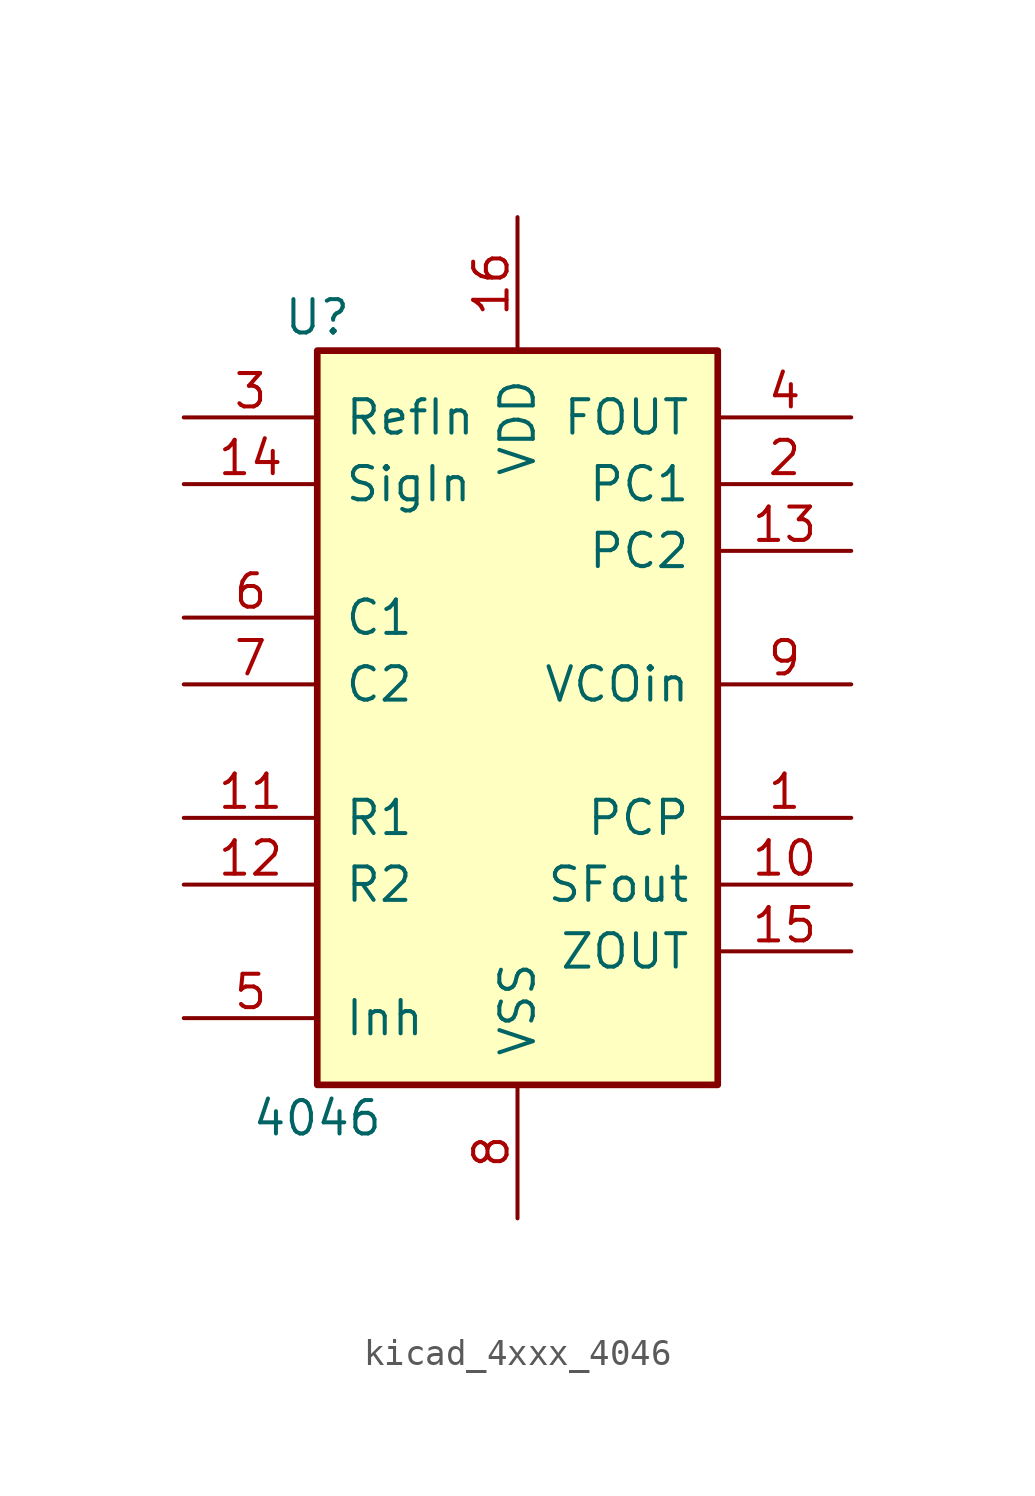
<source format=kicad_sym>
(kicad_symbol_lib
  (version 20220914)
  (generator kicad_symbol_editor)
  (symbol "kicad_4xxx_4046"
    (pin_names
      (offset 1.016))
    (property "Reference" "U"
      (at -7.62 13.97 0)
      (effects (font (size 1.27 1.27))))
    (property "Value" "4046"
      (at -7.62 -16.51 0)
      (effects (font (size 1.27 1.27))))
    (property "ki_locked" ""
      (at 0 0 0)
      (effects (font (size 1.27 1.27))))
    (symbol "kicad_4xxx_4046_1_0"
      (pin output line (at 12.7 -5.08 180) (length 5.08) (name "PCP" (effects (font (size 1.27 1.27)))) (number "1" (effects (font (size 1.27 1.27)))))
      (pin output line (at 12.7 -7.62 180) (length 5.08) (name "SFout" (effects (font (size 1.27 1.27)))) (number "10" (effects (font (size 1.27 1.27)))))
      (pin input line (at -12.7 -5.08 0) (length 5.08) (name "R1" (effects (font (size 1.27 1.27)))) (number "11" (effects (font (size 1.27 1.27)))))
      (pin input line (at -12.7 -7.62 0) (length 5.08) (name "R2" (effects (font (size 1.27 1.27)))) (number "12" (effects (font (size 1.27 1.27)))))
      (pin tri_state line (at 12.7 5.08 180) (length 5.08) (name "PC2" (effects (font (size 1.27 1.27)))) (number "13" (effects (font (size 1.27 1.27)))))
      (pin input line (at -12.7 7.62 0) (length 5.08) (name "SigIn" (effects (font (size 1.27 1.27)))) (number "14" (effects (font (size 1.27 1.27)))))
      (pin output line (at 12.7 -10.16 180) (length 5.08) (name "ZOUT" (effects (font (size 1.27 1.27)))) (number "15" (effects (font (size 1.27 1.27)))))
      (pin power_in line (at 0 17.78 270) (length 5.08) (name "VDD" (effects (font (size 1.27 1.27)))) (number "16" (effects (font (size 1.27 1.27)))))
      (pin output line (at 12.7 7.62 180) (length 5.08) (name "PC1" (effects (font (size 1.27 1.27)))) (number "2" (effects (font (size 1.27 1.27)))))
      (pin input line (at -12.7 10.16 0) (length 5.08) (name "RefIn" (effects (font (size 1.27 1.27)))) (number "3" (effects (font (size 1.27 1.27)))))
      (pin output line (at 12.7 10.16 180) (length 5.08) (name "FOUT" (effects (font (size 1.27 1.27)))) (number "4" (effects (font (size 1.27 1.27)))))
      (pin input line (at -12.7 -12.7 0) (length 5.08) (name "Inh" (effects (font (size 1.27 1.27)))) (number "5" (effects (font (size 1.27 1.27)))))
      (pin input line (at -12.7 2.54 0) (length 5.08) (name "C1" (effects (font (size 1.27 1.27)))) (number "6" (effects (font (size 1.27 1.27)))))
      (pin input line (at -12.7 0 0) (length 5.08) (name "C2" (effects (font (size 1.27 1.27)))) (number "7" (effects (font (size 1.27 1.27)))))
      (pin power_in line (at 0 -20.32 90) (length 5.08) (name "VSS" (effects (font (size 1.27 1.27)))) (number "8" (effects (font (size 1.27 1.27)))))
      (pin input line (at 12.7 0 180) (length 5.08) (name "VCOin" (effects (font (size 1.27 1.27)))) (number "9" (effects (font (size 1.27 1.27))))))
    (symbol "kicad_4xxx_4046_1_1"
      (rectangle (start -7.62 12.7) (end 7.62 -15.24) (stroke (width 0.254) (type default)) (fill (type background))))))
</source>
